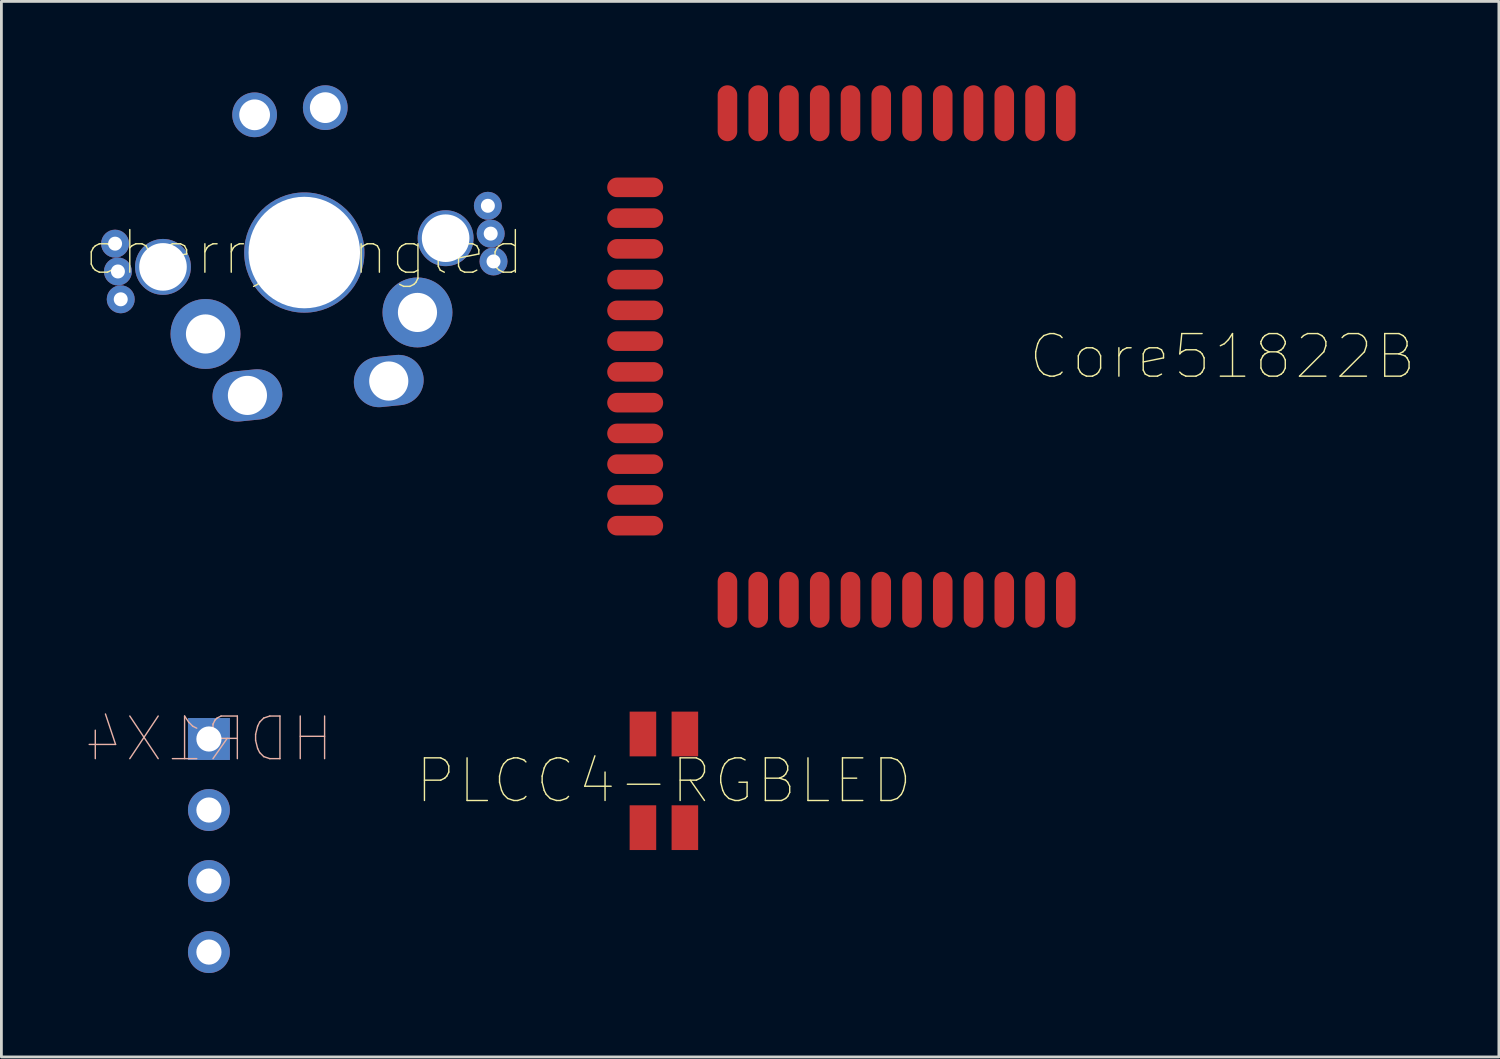
<source format=kicad_pcb>
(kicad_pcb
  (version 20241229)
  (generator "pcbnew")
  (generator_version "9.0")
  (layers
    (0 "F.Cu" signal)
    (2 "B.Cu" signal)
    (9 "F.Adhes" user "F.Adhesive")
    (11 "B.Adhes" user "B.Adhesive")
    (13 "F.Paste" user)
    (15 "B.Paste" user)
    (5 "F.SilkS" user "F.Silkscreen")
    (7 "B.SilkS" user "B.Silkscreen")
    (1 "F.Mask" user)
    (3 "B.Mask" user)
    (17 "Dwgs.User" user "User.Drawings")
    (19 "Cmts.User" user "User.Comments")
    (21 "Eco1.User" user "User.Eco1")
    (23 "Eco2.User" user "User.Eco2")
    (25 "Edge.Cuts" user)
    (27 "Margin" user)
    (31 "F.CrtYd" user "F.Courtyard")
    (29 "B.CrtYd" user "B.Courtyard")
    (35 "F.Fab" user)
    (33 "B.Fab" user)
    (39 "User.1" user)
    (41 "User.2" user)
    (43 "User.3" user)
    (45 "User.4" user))
  (footprint "cherry_angled"
    (layer "F.Cu")
    (at 7.833 5.982)
    (property "Reference" "cherry_angled" (at 0 0 0) (layer "F.SilkS") (effects (font (size 1.524 1.524) (thickness 0.05))))
    (attr smd)
    (pad "0" thru_hole circle (at -1.777 -4.926 5.8) (size 1.6 1.6) (drill 1.1) (layers "*.Cu" "*.Paste" "*.Mask"))
    (pad "0" thru_hole circle (at 0 0 5.8) (size 4.3 4.3) (drill 3.988) (layers "*.Cu" "*.Paste" "*.Mask"))
    (pad "0" thru_hole circle (at 0.75 -5.182 5.8) (size 1.6 1.6) (drill 1.1) (layers "*.Cu" "*.Paste" "*.Mask"))
    (pad "1" thru_hole circle (at -3.534 2.912 5.8) (size 2.5 2.5) (drill 1.4) (layers "*.Cu" "*.Paste" "*.Mask"))
    (pad "2" thru_hole circle (at 4.047 2.142 5.8) (size 2.5 2.5) (drill 1.4) (layers "*.Cu" "*.Paste" "*.Mask"))
    (pad "3" thru_hole oval (at -2.034 5.109 5.8) (size 2.5 1.8) (drill 1.4) (layers "*.Cu" "*.Paste" "*.Mask"))
    (pad "4" thru_hole oval (at 3.02 4.595 5.8) (size 2.5 1.8) (drill 1.4) (layers "*.Cu" "*.Paste" "*.Mask"))
    (pad "5" thru_hole circle (at -5.054 0.513 5.8) (size 2 2) (drill 1.702) (layers "*.Cu" "*.Paste" "*.Mask"))
    (pad "6" thru_hole circle (at 5.054 -0.513 5.8) (size 2 2) (drill 1.702) (layers "*.Cu" "*.Paste" "*.Mask"))
    (pad "7" thru_hole circle (at -6.767 -0.318 5.8) (size 1 1) (drill 0.5) (layers "*.Cu" "*.Paste" "*.Mask"))
    (pad "8" thru_hole circle (at 6.565 -1.672 185.8) (size 1 1) (drill 0.5) (layers "*.Cu" "*.Paste" "*.Mask"))
    (pad "9" thru_hole circle (at -6.666 0.677 5.8) (size 1 1) (drill 0.5) (layers "*.Cu" "*.Paste" "*.Mask"))
    (pad "10" thru_hole circle (at 6.666 -0.677 185.8) (size 1 1) (drill 0.5) (layers "*.Cu" "*.Paste" "*.Mask"))
    (pad "11" thru_hole circle (at -6.565 1.672 5.8) (size 1 1) (drill 0.5) (layers "*.Cu" "*.Paste" "*.Mask"))
    (pad "12" thru_hole circle (at 6.767 0.318 185.8) (size 1 1) (drill 0.5) (layers "*.Cu" "*.Paste" "*.Mask")))
  (footprint "Core51822B"
    (layer "F.Cu")
    (at 40.666 9.7)
    (property "Reference" "Core51822B" (at 0 0 0) (layer "F.SilkS") (effects (font (size 1.524 1.524) (thickness 0.05))))
    (attr smd)
    (pad "1" smd oval (at -5.6 -8.7 180) (size 0.7 2) (layers "F.Cu" "F.Mask" "F.Paste"))
    (pad "2" smd oval (at -6.7 -8.7 180) (size 0.7 2) (layers "F.Cu" "F.Mask" "F.Paste"))
    (pad "3" smd oval (at -7.8 -8.7 180) (size 0.7 2) (layers "F.Cu" "F.Mask" "F.Paste"))
    (pad "4" smd oval (at -8.9 -8.7 180) (size 0.7 2) (layers "F.Cu" "F.Mask" "F.Paste"))
    (pad "5" smd oval (at -10 -8.7 180) (size 0.7 2) (layers "F.Cu" "F.Mask" "F.Paste"))
    (pad "6" smd oval (at -11.1 -8.7 180) (size 0.7 2) (layers "F.Cu" "F.Mask" "F.Paste"))
    (pad "7" smd oval (at -12.2 -8.7 180) (size 0.7 2) (layers "F.Cu" "F.Mask" "F.Paste"))
    (pad "8" smd oval (at -13.3 -8.7 180) (size 0.7 2) (layers "F.Cu" "F.Mask" "F.Paste"))
    (pad "9" smd oval (at -14.4 -8.7 180) (size 0.7 2) (layers "F.Cu" "F.Mask" "F.Paste"))
    (pad "10" smd oval (at -15.5 -8.7 180) (size 0.7 2) (layers "F.Cu" "F.Mask" "F.Paste"))
    (pad "11" smd oval (at -16.6 -8.7 180) (size 0.7 2) (layers "F.Cu" "F.Mask" "F.Paste"))
    (pad "12" smd oval (at -17.7 -8.7 180) (size 0.7 2) (layers "F.Cu" "F.Mask" "F.Paste"))
    (pad "13" smd oval (at -21 -6.05 270) (size 0.7 2) (layers "F.Cu" "F.Mask" "F.Paste"))
    (pad "14" smd oval (at -21 -4.95 270) (size 0.7 2) (layers "F.Cu" "F.Mask" "F.Paste"))
    (pad "15" smd oval (at -21 -3.85 270) (size 0.7 2) (layers "F.Cu" "F.Mask" "F.Paste"))
    (pad "16" smd oval (at -21 -2.75 270) (size 0.7 2) (layers "F.Cu" "F.Mask" "F.Paste"))
    (pad "17" smd oval (at -21 -1.65 270) (size 0.7 2) (layers "F.Cu" "F.Mask" "F.Paste"))
    (pad "18" smd oval (at -21 -0.55 270) (size 0.7 2) (layers "F.Cu" "F.Mask" "F.Paste"))
    (pad "19" smd oval (at -21 0.55 270) (size 0.7 2) (layers "F.Cu" "F.Mask" "F.Paste"))
    (pad "20" smd oval (at -21 1.65 270) (size 0.7 2) (layers "F.Cu" "F.Mask" "F.Paste"))
    (pad "21" smd oval (at -21 2.75 270) (size 0.7 2) (layers "F.Cu" "F.Mask" "F.Paste"))
    (pad "22" smd oval (at -21 3.85 270) (size 0.7 2) (layers "F.Cu" "F.Mask" "F.Paste"))
    (pad "23" smd oval (at -21 4.95 270) (size 0.7 2) (layers "F.Cu" "F.Mask" "F.Paste"))
    (pad "24" smd oval (at -21 6.05 270) (size 0.7 2) (layers "F.Cu" "F.Mask" "F.Paste"))
    (pad "25" smd oval (at -17.7 8.7) (size 0.7 2) (layers "F.Cu" "F.Mask" "F.Paste"))
    (pad "26" smd oval (at -16.6 8.7) (size 0.7 2) (layers "F.Cu" "F.Mask" "F.Paste"))
    (pad "27" smd oval (at -15.5 8.7) (size 0.7 2) (layers "F.Cu" "F.Mask" "F.Paste"))
    (pad "28" smd oval (at -14.4 8.7) (size 0.7 2) (layers "F.Cu" "F.Mask" "F.Paste"))
    (pad "29" smd oval (at -13.3 8.7) (size 0.7 2) (layers "F.Cu" "F.Mask" "F.Paste"))
    (pad "30" smd oval (at -12.2 8.7) (size 0.7 2) (layers "F.Cu" "F.Mask" "F.Paste"))
    (pad "31" smd oval (at -11.1 8.7) (size 0.7 2) (layers "F.Cu" "F.Mask" "F.Paste"))
    (pad "32" smd oval (at -10 8.7) (size 0.7 2) (layers "F.Cu" "F.Mask" "F.Paste"))
    (pad "33" smd oval (at -8.9 8.7) (size 0.7 2) (layers "F.Cu" "F.Mask" "F.Paste"))
    (pad "34" smd oval (at -7.8 8.7) (size 0.7 2) (layers "F.Cu" "F.Mask" "F.Paste"))
    (pad "35" smd oval (at -6.7 8.7) (size 0.7 2) (layers "F.Cu" "F.Mask" "F.Paste"))
    (pad "36" smd oval (at -5.6 8.7) (size 0.7 2) (layers "F.Cu" "F.Mask" "F.Paste")))
  (footprint "HDR1X4"
    (layer "F.Cu")
    (at 4.422 23.379)
    (property "Reference" "HDR1X4" (at 0 0 0) (layer "B.SilkS") (effects (font (size 1.524 1.524) (thickness 0.05)) (justify mirror)))
    (attr smd)
    (pad "1" thru_hole rect (at 0 0 270) (size 1.5 1.5) (drill 0.9) (layers "*.Cu" "*.Paste" "*.Mask"))
    (pad "2" thru_hole circle (at 0 2.54 270) (size 1.5 1.5) (drill 0.9) (layers "*.Cu" "*.Paste" "*.Mask"))
    (pad "3" thru_hole circle (at 0 5.08 270) (size 1.5 1.5) (drill 0.9) (layers "*.Cu" "*.Paste" "*.Mask"))
    (pad "4" thru_hole circle (at 0 7.62 270) (size 1.5 1.5) (drill 0.9) (layers "*.Cu" "*.Paste" "*.Mask")))
  (footprint "PLCC4-RGBLED"
    (layer "F.Cu")
    (at 20.693 24.875)
    (property "Reference" "PLCC4-RGBLED" (at 0 0 0) (layer "F.SilkS") (effects (font (size 1.524 1.524) (thickness 0.05))))
    (attr smd)
    (pad "1" smd rect (at -0.75 1.675 180) (size 0.95 1.6) (layers "F.Cu" "F.Mask" "F.Paste"))
    (pad "2" smd rect (at 0.75 1.675 180) (size 0.95 1.6) (layers "F.Cu" "F.Mask" "F.Paste"))
    (pad "3" smd rect (at 0.75 -1.675 180) (size 0.95 1.6) (layers "F.Cu" "F.Mask" "F.Paste"))
    (pad "4" smd rect (at -0.75 -1.675 180) (size 0.95 1.6) (layers "F.Cu" "F.Mask" "F.Paste")))
  (gr_rect
    (start -3 -3)
    (end 50.555 34.749)
    (stroke (width 0.1) (type default))
    (fill no)
    (layer "Edge.Cuts")))
</source>
